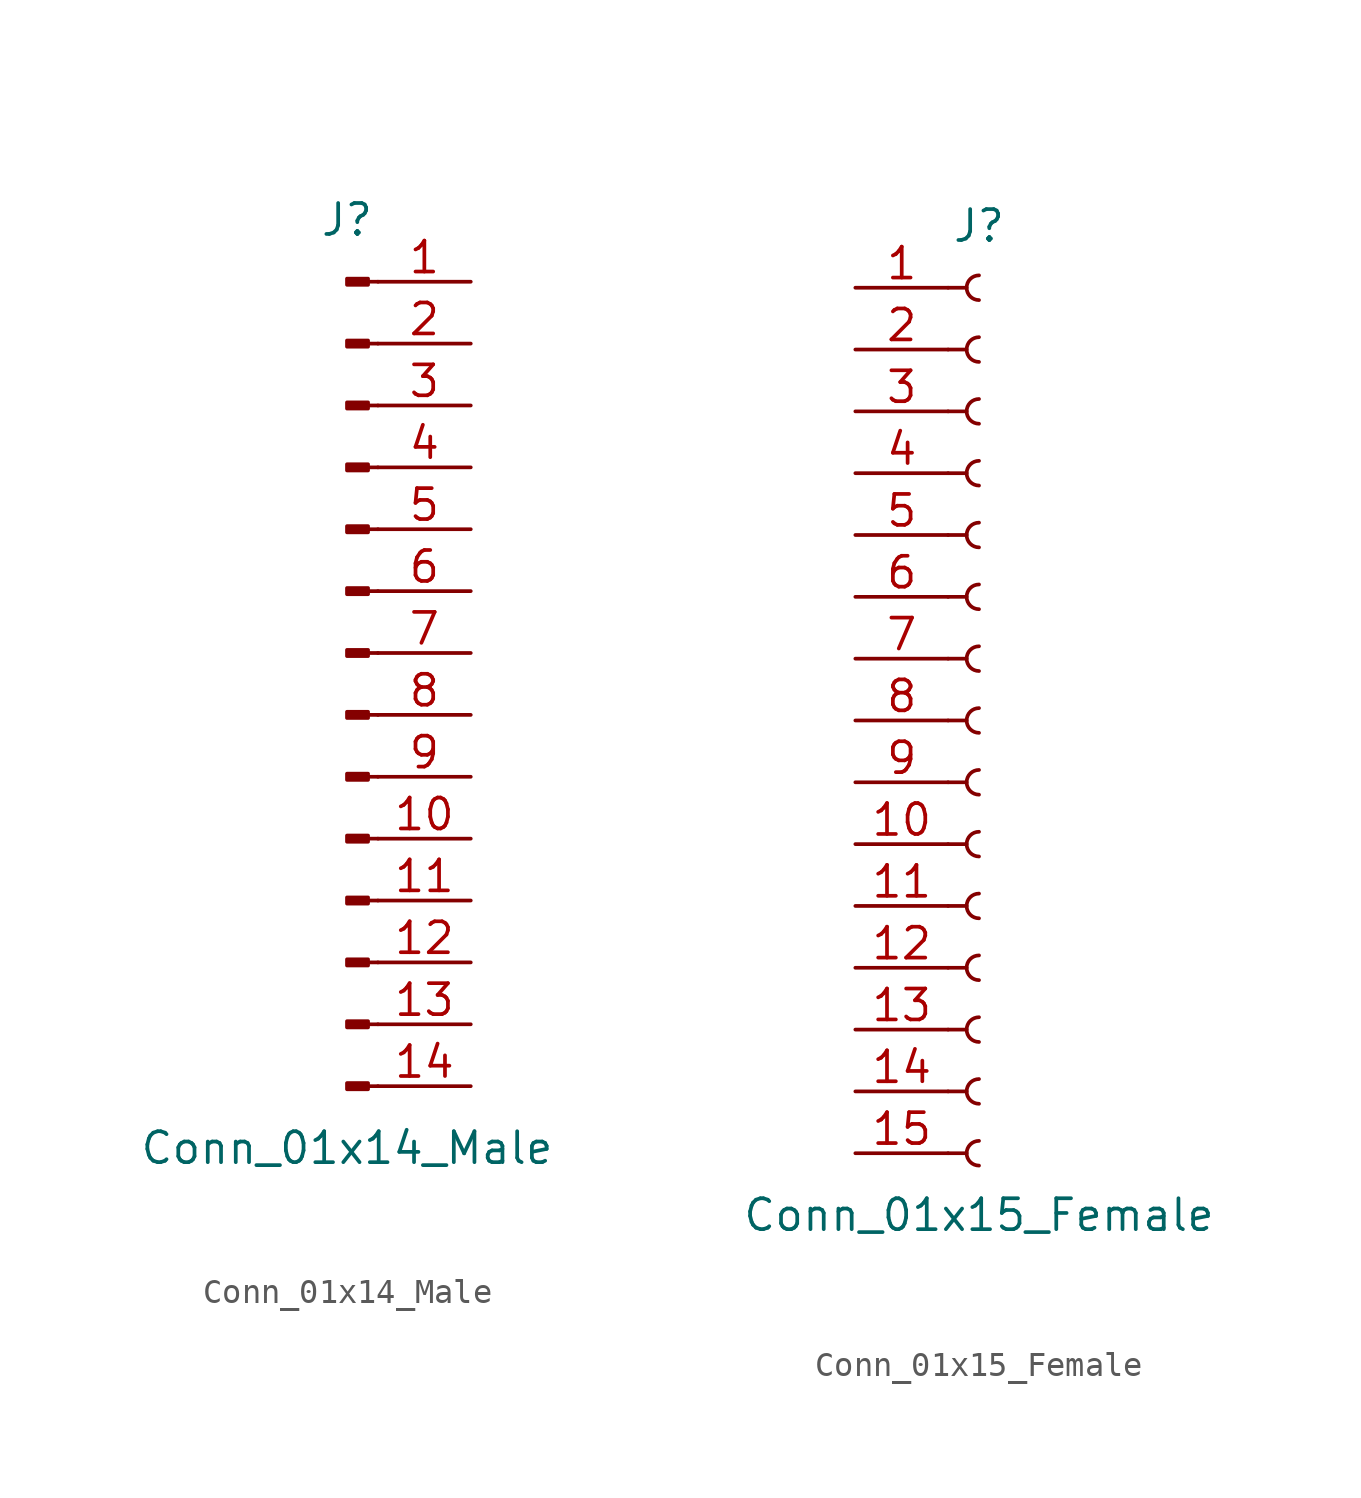
<source format=kicad_sym>
(kicad_symbol_lib
  (version 20211014)
  (generator kicad_symbol_editor)
  (symbol "Conn_01x14_Male"
    (pin_names
      (offset 1.016) hide)
    (property "Reference" "J"
      (at 0 17.78 0)
      (effects (font (size 1.27 1.27))))
    (property "Value" "Conn_01x14_Male"
      (at 0 -20.32 0)
      (effects (font (size 1.27 1.27))))
    (symbol "Conn_01x14_Male_1_1"
      (polyline (pts (xy 1.27 -17.78) (xy 0.864 -17.78)) (stroke (width 0.152) (type default) (color 0 0 0 0)) (fill (type none)))
      (polyline (pts (xy 1.27 -15.24) (xy 0.864 -15.24)) (stroke (width 0.152) (type default) (color 0 0 0 0)) (fill (type none)))
      (polyline (pts (xy 1.27 -12.7) (xy 0.864 -12.7)) (stroke (width 0.152) (type default) (color 0 0 0 0)) (fill (type none)))
      (polyline (pts (xy 1.27 -10.16) (xy 0.864 -10.16)) (stroke (width 0.152) (type default) (color 0 0 0 0)) (fill (type none)))
      (polyline (pts (xy 1.27 -7.62) (xy 0.864 -7.62)) (stroke (width 0.152) (type default) (color 0 0 0 0)) (fill (type none)))
      (polyline (pts (xy 1.27 -5.08) (xy 0.864 -5.08)) (stroke (width 0.152) (type default) (color 0 0 0 0)) (fill (type none)))
      (polyline (pts (xy 1.27 -2.54) (xy 0.864 -2.54)) (stroke (width 0.152) (type default) (color 0 0 0 0)) (fill (type none)))
      (polyline (pts (xy 1.27 0) (xy 0.864 0)) (stroke (width 0.152) (type default) (color 0 0 0 0)) (fill (type none)))
      (polyline (pts (xy 1.27 2.54) (xy 0.864 2.54)) (stroke (width 0.152) (type default) (color 0 0 0 0)) (fill (type none)))
      (polyline (pts (xy 1.27 5.08) (xy 0.864 5.08)) (stroke (width 0.152) (type default) (color 0 0 0 0)) (fill (type none)))
      (polyline (pts (xy 1.27 7.62) (xy 0.864 7.62)) (stroke (width 0.152) (type default) (color 0 0 0 0)) (fill (type none)))
      (polyline (pts (xy 1.27 10.16) (xy 0.864 10.16)) (stroke (width 0.152) (type default) (color 0 0 0 0)) (fill (type none)))
      (polyline (pts (xy 1.27 12.7) (xy 0.864 12.7)) (stroke (width 0.152) (type default) (color 0 0 0 0)) (fill (type none)))
      (polyline (pts (xy 1.27 15.24) (xy 0.864 15.24)) (stroke (width 0.152) (type default) (color 0 0 0 0)) (fill (type none)))
      (rectangle (start 0.864 -17.653) (end 0 -17.907) (stroke (width 0.152) (type default) (color 0 0 0 0)) (fill (type outline)))
      (rectangle (start 0.864 -15.113) (end 0 -15.367) (stroke (width 0.152) (type default) (color 0 0 0 0)) (fill (type outline)))
      (rectangle (start 0.864 -12.573) (end 0 -12.827) (stroke (width 0.152) (type default) (color 0 0 0 0)) (fill (type outline)))
      (rectangle (start 0.864 -10.033) (end 0 -10.287) (stroke (width 0.152) (type default) (color 0 0 0 0)) (fill (type outline)))
      (rectangle (start 0.864 -7.493) (end 0 -7.747) (stroke (width 0.152) (type default) (color 0 0 0 0)) (fill (type outline)))
      (rectangle (start 0.864 -4.953) (end 0 -5.207) (stroke (width 0.152) (type default) (color 0 0 0 0)) (fill (type outline)))
      (rectangle (start 0.864 -2.413) (end 0 -2.667) (stroke (width 0.152) (type default) (color 0 0 0 0)) (fill (type outline)))
      (rectangle (start 0.864 0.127) (end 0 -0.127) (stroke (width 0.152) (type default) (color 0 0 0 0)) (fill (type outline)))
      (rectangle (start 0.864 2.667) (end 0 2.413) (stroke (width 0.152) (type default) (color 0 0 0 0)) (fill (type outline)))
      (rectangle (start 0.864 5.207) (end 0 4.953) (stroke (width 0.152) (type default) (color 0 0 0 0)) (fill (type outline)))
      (rectangle (start 0.864 7.747) (end 0 7.493) (stroke (width 0.152) (type default) (color 0 0 0 0)) (fill (type outline)))
      (rectangle (start 0.864 10.287) (end 0 10.033) (stroke (width 0.152) (type default) (color 0 0 0 0)) (fill (type outline)))
      (rectangle (start 0.864 12.827) (end 0 12.573) (stroke (width 0.152) (type default) (color 0 0 0 0)) (fill (type outline)))
      (rectangle (start 0.864 15.367) (end 0 15.113) (stroke (width 0.152) (type default) (color 0 0 0 0)) (fill (type outline)))
      (pin passive line (at 5.08 15.24 180) (length 3.81) (name "Pin_1" (effects (font (size 1.27 1.27)))) (number "1" (effects (font (size 1.27 1.27)))))
      (pin passive line (at 5.08 -7.62 180) (length 3.81) (name "Pin_10" (effects (font (size 1.27 1.27)))) (number "10" (effects (font (size 1.27 1.27)))))
      (pin passive line (at 5.08 -10.16 180) (length 3.81) (name "Pin_11" (effects (font (size 1.27 1.27)))) (number "11" (effects (font (size 1.27 1.27)))))
      (pin passive line (at 5.08 -12.7 180) (length 3.81) (name "Pin_12" (effects (font (size 1.27 1.27)))) (number "12" (effects (font (size 1.27 1.27)))))
      (pin passive line (at 5.08 -15.24 180) (length 3.81) (name "Pin_13" (effects (font (size 1.27 1.27)))) (number "13" (effects (font (size 1.27 1.27)))))
      (pin passive line (at 5.08 -17.78 180) (length 3.81) (name "Pin_14" (effects (font (size 1.27 1.27)))) (number "14" (effects (font (size 1.27 1.27)))))
      (pin passive line (at 5.08 12.7 180) (length 3.81) (name "Pin_2" (effects (font (size 1.27 1.27)))) (number "2" (effects (font (size 1.27 1.27)))))
      (pin passive line (at 5.08 10.16 180) (length 3.81) (name "Pin_3" (effects (font (size 1.27 1.27)))) (number "3" (effects (font (size 1.27 1.27)))))
      (pin passive line (at 5.08 7.62 180) (length 3.81) (name "Pin_4" (effects (font (size 1.27 1.27)))) (number "4" (effects (font (size 1.27 1.27)))))
      (pin passive line (at 5.08 5.08 180) (length 3.81) (name "Pin_5" (effects (font (size 1.27 1.27)))) (number "5" (effects (font (size 1.27 1.27)))))
      (pin passive line (at 5.08 2.54 180) (length 3.81) (name "Pin_6" (effects (font (size 1.27 1.27)))) (number "6" (effects (font (size 1.27 1.27)))))
      (pin passive line (at 5.08 0 180) (length 3.81) (name "Pin_7" (effects (font (size 1.27 1.27)))) (number "7" (effects (font (size 1.27 1.27)))))
      (pin passive line (at 5.08 -2.54 180) (length 3.81) (name "Pin_8" (effects (font (size 1.27 1.27)))) (number "8" (effects (font (size 1.27 1.27)))))
      (pin passive line (at 5.08 -5.08 180) (length 3.81) (name "Pin_9" (effects (font (size 1.27 1.27)))) (number "9" (effects (font (size 1.27 1.27)))))))
  (symbol "Conn_01x15_Female"
    (pin_names
      (offset 1.016) hide)
    (property "Reference" "J"
      (at 0 20.32 0)
      (effects (font (size 1.27 1.27))))
    (property "Value" "Conn_01x15_Female"
      (at 0 -20.32 0)
      (effects (font (size 1.27 1.27))))
    (symbol "Conn_01x15_Female_1_1"
      (arc (start 0 -17.272) (mid -0.508 -17.78) (end 0 -18.288) (stroke (width 0.1524) (type default) (color 0 0 0 0)) (fill (type none)))
      (arc (start 0 -14.732) (mid -0.508 -15.24) (end 0 -15.748) (stroke (width 0.1524) (type default) (color 0 0 0 0)) (fill (type none)))
      (arc (start 0 -12.192) (mid -0.508 -12.7) (end 0 -13.208) (stroke (width 0.1524) (type default) (color 0 0 0 0)) (fill (type none)))
      (arc (start 0 -9.652) (mid -0.508 -10.16) (end 0 -10.668) (stroke (width 0.1524) (type default) (color 0 0 0 0)) (fill (type none)))
      (arc (start 0 -7.112) (mid -0.508 -7.62) (end 0 -8.128) (stroke (width 0.1524) (type default) (color 0 0 0 0)) (fill (type none)))
      (arc (start 0 -4.572) (mid -0.508 -5.08) (end 0 -5.588) (stroke (width 0.1524) (type default) (color 0 0 0 0)) (fill (type none)))
      (arc (start 0 -2.032) (mid -0.508 -2.54) (end 0 -3.048) (stroke (width 0.1524) (type default) (color 0 0 0 0)) (fill (type none)))
      (polyline (pts (xy -1.27 -17.78) (xy -0.508 -17.78)) (stroke (width 0.152) (type default) (color 0 0 0 0)) (fill (type none)))
      (polyline (pts (xy -1.27 -15.24) (xy -0.508 -15.24)) (stroke (width 0.152) (type default) (color 0 0 0 0)) (fill (type none)))
      (polyline (pts (xy -1.27 -12.7) (xy -0.508 -12.7)) (stroke (width 0.152) (type default) (color 0 0 0 0)) (fill (type none)))
      (polyline (pts (xy -1.27 -10.16) (xy -0.508 -10.16)) (stroke (width 0.152) (type default) (color 0 0 0 0)) (fill (type none)))
      (polyline (pts (xy -1.27 -7.62) (xy -0.508 -7.62)) (stroke (width 0.152) (type default) (color 0 0 0 0)) (fill (type none)))
      (polyline (pts (xy -1.27 -5.08) (xy -0.508 -5.08)) (stroke (width 0.152) (type default) (color 0 0 0 0)) (fill (type none)))
      (polyline (pts (xy -1.27 -2.54) (xy -0.508 -2.54)) (stroke (width 0.152) (type default) (color 0 0 0 0)) (fill (type none)))
      (polyline (pts (xy -1.27 0) (xy -0.508 0)) (stroke (width 0.152) (type default) (color 0 0 0 0)) (fill (type none)))
      (polyline (pts (xy -1.27 2.54) (xy -0.508 2.54)) (stroke (width 0.152) (type default) (color 0 0 0 0)) (fill (type none)))
      (polyline (pts (xy -1.27 5.08) (xy -0.508 5.08)) (stroke (width 0.152) (type default) (color 0 0 0 0)) (fill (type none)))
      (polyline (pts (xy -1.27 7.62) (xy -0.508 7.62)) (stroke (width 0.152) (type default) (color 0 0 0 0)) (fill (type none)))
      (polyline (pts (xy -1.27 10.16) (xy -0.508 10.16)) (stroke (width 0.152) (type default) (color 0 0 0 0)) (fill (type none)))
      (polyline (pts (xy -1.27 12.7) (xy -0.508 12.7)) (stroke (width 0.152) (type default) (color 0 0 0 0)) (fill (type none)))
      (polyline (pts (xy -1.27 15.24) (xy -0.508 15.24)) (stroke (width 0.152) (type default) (color 0 0 0 0)) (fill (type none)))
      (polyline (pts (xy -1.27 17.78) (xy -0.508 17.78)) (stroke (width 0.152) (type default) (color 0 0 0 0)) (fill (type none)))
      (arc (start 0 0.508) (mid -0.508 0) (end 0 -0.508) (stroke (width 0.1524) (type default) (color 0 0 0 0)) (fill (type none)))
      (arc (start 0 3.048) (mid -0.508 2.54) (end 0 2.032) (stroke (width 0.1524) (type default) (color 0 0 0 0)) (fill (type none)))
      (arc (start 0 5.588) (mid -0.508 5.08) (end 0 4.572) (stroke (width 0.1524) (type default) (color 0 0 0 0)) (fill (type none)))
      (arc (start 0 8.128) (mid -0.508 7.62) (end 0 7.112) (stroke (width 0.1524) (type default) (color 0 0 0 0)) (fill (type none)))
      (arc (start 0 10.668) (mid -0.508 10.16) (end 0 9.652) (stroke (width 0.1524) (type default) (color 0 0 0 0)) (fill (type none)))
      (arc (start 0 13.208) (mid -0.508 12.7) (end 0 12.192) (stroke (width 0.1524) (type default) (color 0 0 0 0)) (fill (type none)))
      (arc (start 0 15.748) (mid -0.508 15.24) (end 0 14.732) (stroke (width 0.1524) (type default) (color 0 0 0 0)) (fill (type none)))
      (arc (start 0 18.288) (mid -0.508 17.78) (end 0 17.272) (stroke (width 0.1524) (type default) (color 0 0 0 0)) (fill (type none)))
      (pin passive line (at -5.08 17.78 0) (length 3.81) (name "Pin_1" (effects (font (size 1.27 1.27)))) (number "1" (effects (font (size 1.27 1.27)))))
      (pin passive line (at -5.08 -5.08 0) (length 3.81) (name "Pin_10" (effects (font (size 1.27 1.27)))) (number "10" (effects (font (size 1.27 1.27)))))
      (pin passive line (at -5.08 -7.62 0) (length 3.81) (name "Pin_11" (effects (font (size 1.27 1.27)))) (number "11" (effects (font (size 1.27 1.27)))))
      (pin passive line (at -5.08 -10.16 0) (length 3.81) (name "Pin_12" (effects (font (size 1.27 1.27)))) (number "12" (effects (font (size 1.27 1.27)))))
      (pin passive line (at -5.08 -12.7 0) (length 3.81) (name "Pin_13" (effects (font (size 1.27 1.27)))) (number "13" (effects (font (size 1.27 1.27)))))
      (pin passive line (at -5.08 -15.24 0) (length 3.81) (name "Pin_14" (effects (font (size 1.27 1.27)))) (number "14" (effects (font (size 1.27 1.27)))))
      (pin passive line (at -5.08 -17.78 0) (length 3.81) (name "Pin_15" (effects (font (size 1.27 1.27)))) (number "15" (effects (font (size 1.27 1.27)))))
      (pin passive line (at -5.08 15.24 0) (length 3.81) (name "Pin_2" (effects (font (size 1.27 1.27)))) (number "2" (effects (font (size 1.27 1.27)))))
      (pin passive line (at -5.08 12.7 0) (length 3.81) (name "Pin_3" (effects (font (size 1.27 1.27)))) (number "3" (effects (font (size 1.27 1.27)))))
      (pin passive line (at -5.08 10.16 0) (length 3.81) (name "Pin_4" (effects (font (size 1.27 1.27)))) (number "4" (effects (font (size 1.27 1.27)))))
      (pin passive line (at -5.08 7.62 0) (length 3.81) (name "Pin_5" (effects (font (size 1.27 1.27)))) (number "5" (effects (font (size 1.27 1.27)))))
      (pin passive line (at -5.08 5.08 0) (length 3.81) (name "Pin_6" (effects (font (size 1.27 1.27)))) (number "6" (effects (font (size 1.27 1.27)))))
      (pin passive line (at -5.08 2.54 0) (length 3.81) (name "Pin_7" (effects (font (size 1.27 1.27)))) (number "7" (effects (font (size 1.27 1.27)))))
      (pin passive line (at -5.08 0 0) (length 3.81) (name "Pin_8" (effects (font (size 1.27 1.27)))) (number "8" (effects (font (size 1.27 1.27)))))
      (pin passive line (at -5.08 -2.54 0) (length 3.81) (name "Pin_9" (effects (font (size 1.27 1.27)))) (number "9" (effects (font (size 1.27 1.27))))))))
</source>
